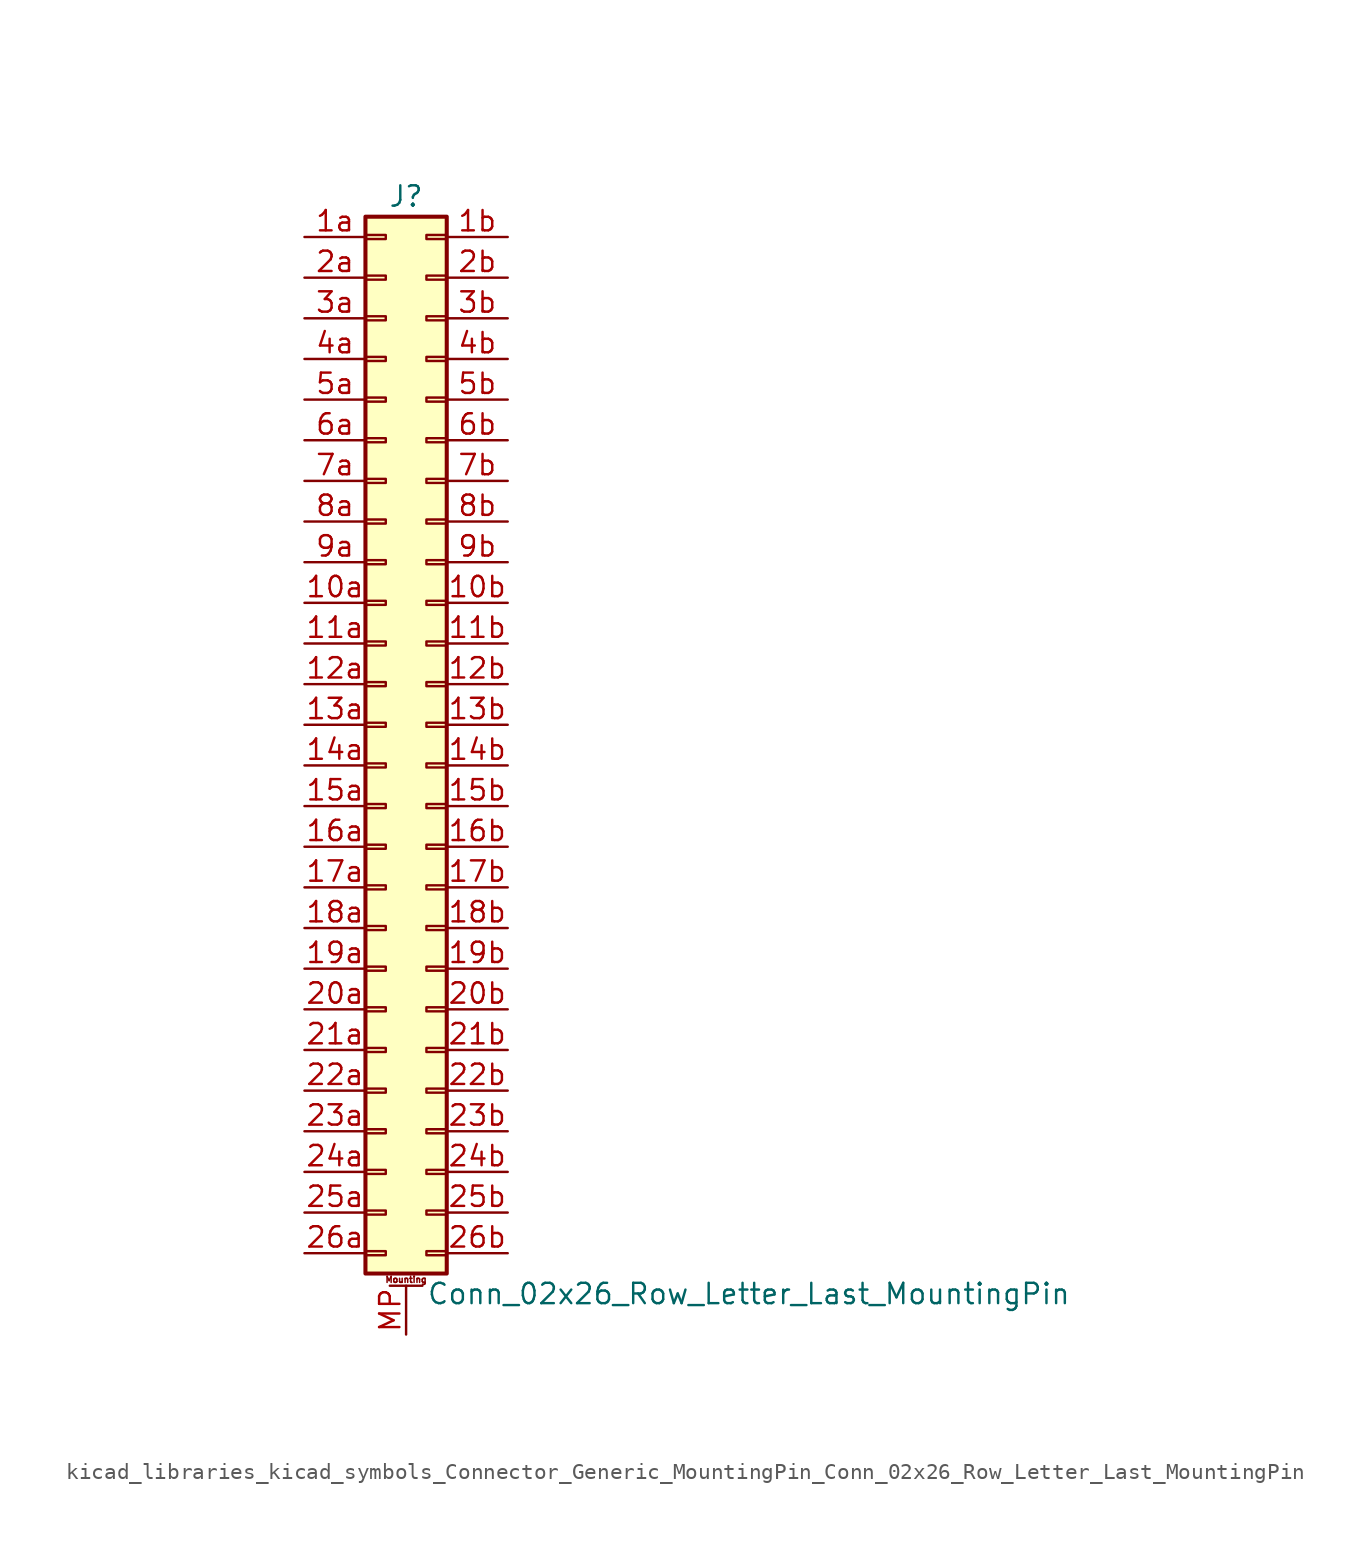
<source format=kicad_sym>
(kicad_symbol_lib
  (version 20220914)
  (generator kicad_symbol_editor)
  (symbol "kicad_libraries_kicad_symbols_Connector_Generic_MountingPin_Conn_02x26_Row_Letter_Last_MountingPin"
    (pin_names
      (offset 1.016) hide)
    (property "Reference" "J"
      (at 1.27 33.02 0)
      (effects (font (size 1.27 1.27))))
    (property "Value" "Conn_02x26_Row_Letter_Last_MountingPin"
      (at 2.54 -35.56 0)
      (effects (font (size 1.27 1.27)) (justify left)))
    (symbol "kicad_libraries_kicad_symbols_Connector_Generic_MountingPin_Conn_02x26_Row_Letter_Last_MountingPin_1_1"
      (rectangle (start -1.27 -32.893) (end 0 -33.147) (stroke (width 0.152) (type default)) (fill (type none)))
      (rectangle (start -1.27 -30.353) (end 0 -30.607) (stroke (width 0.152) (type default)) (fill (type none)))
      (rectangle (start -1.27 -27.813) (end 0 -28.067) (stroke (width 0.152) (type default)) (fill (type none)))
      (rectangle (start -1.27 -25.273) (end 0 -25.527) (stroke (width 0.152) (type default)) (fill (type none)))
      (rectangle (start -1.27 -22.733) (end 0 -22.987) (stroke (width 0.152) (type default)) (fill (type none)))
      (rectangle (start -1.27 -20.193) (end 0 -20.447) (stroke (width 0.152) (type default)) (fill (type none)))
      (rectangle (start -1.27 -17.653) (end 0 -17.907) (stroke (width 0.152) (type default)) (fill (type none)))
      (rectangle (start -1.27 -15.113) (end 0 -15.367) (stroke (width 0.152) (type default)) (fill (type none)))
      (rectangle (start -1.27 -12.573) (end 0 -12.827) (stroke (width 0.152) (type default)) (fill (type none)))
      (rectangle (start -1.27 -10.033) (end 0 -10.287) (stroke (width 0.152) (type default)) (fill (type none)))
      (rectangle (start -1.27 -7.493) (end 0 -7.747) (stroke (width 0.152) (type default)) (fill (type none)))
      (rectangle (start -1.27 -4.953) (end 0 -5.207) (stroke (width 0.152) (type default)) (fill (type none)))
      (rectangle (start -1.27 -2.413) (end 0 -2.667) (stroke (width 0.152) (type default)) (fill (type none)))
      (rectangle (start -1.27 0.127) (end 0 -0.127) (stroke (width 0.152) (type default)) (fill (type none)))
      (rectangle (start -1.27 2.667) (end 0 2.413) (stroke (width 0.152) (type default)) (fill (type none)))
      (rectangle (start -1.27 5.207) (end 0 4.953) (stroke (width 0.152) (type default)) (fill (type none)))
      (rectangle (start -1.27 7.747) (end 0 7.493) (stroke (width 0.152) (type default)) (fill (type none)))
      (rectangle (start -1.27 10.287) (end 0 10.033) (stroke (width 0.152) (type default)) (fill (type none)))
      (rectangle (start -1.27 12.827) (end 0 12.573) (stroke (width 0.152) (type default)) (fill (type none)))
      (rectangle (start -1.27 15.367) (end 0 15.113) (stroke (width 0.152) (type default)) (fill (type none)))
      (rectangle (start -1.27 17.907) (end 0 17.653) (stroke (width 0.152) (type default)) (fill (type none)))
      (rectangle (start -1.27 20.447) (end 0 20.193) (stroke (width 0.152) (type default)) (fill (type none)))
      (rectangle (start -1.27 22.987) (end 0 22.733) (stroke (width 0.152) (type default)) (fill (type none)))
      (rectangle (start -1.27 25.527) (end 0 25.273) (stroke (width 0.152) (type default)) (fill (type none)))
      (rectangle (start -1.27 28.067) (end 0 27.813) (stroke (width 0.152) (type default)) (fill (type none)))
      (rectangle (start -1.27 30.607) (end 0 30.353) (stroke (width 0.152) (type default)) (fill (type none)))
      (rectangle (start -1.27 31.75) (end 3.81 -34.29) (stroke (width 0.254) (type default)) (fill (type background)))
      (polyline (pts (xy 0.254 -35.052) (xy 2.286 -35.052)) (stroke (width 0.152) (type default)) (fill (type none)))
      (rectangle (start 3.81 -32.893) (end 2.54 -33.147) (stroke (width 0.152) (type default)) (fill (type none)))
      (rectangle (start 3.81 -30.353) (end 2.54 -30.607) (stroke (width 0.152) (type default)) (fill (type none)))
      (rectangle (start 3.81 -27.813) (end 2.54 -28.067) (stroke (width 0.152) (type default)) (fill (type none)))
      (rectangle (start 3.81 -25.273) (end 2.54 -25.527) (stroke (width 0.152) (type default)) (fill (type none)))
      (rectangle (start 3.81 -22.733) (end 2.54 -22.987) (stroke (width 0.152) (type default)) (fill (type none)))
      (rectangle (start 3.81 -20.193) (end 2.54 -20.447) (stroke (width 0.152) (type default)) (fill (type none)))
      (rectangle (start 3.81 -17.653) (end 2.54 -17.907) (stroke (width 0.152) (type default)) (fill (type none)))
      (rectangle (start 3.81 -15.113) (end 2.54 -15.367) (stroke (width 0.152) (type default)) (fill (type none)))
      (rectangle (start 3.81 -12.573) (end 2.54 -12.827) (stroke (width 0.152) (type default)) (fill (type none)))
      (rectangle (start 3.81 -10.033) (end 2.54 -10.287) (stroke (width 0.152) (type default)) (fill (type none)))
      (rectangle (start 3.81 -7.493) (end 2.54 -7.747) (stroke (width 0.152) (type default)) (fill (type none)))
      (rectangle (start 3.81 -4.953) (end 2.54 -5.207) (stroke (width 0.152) (type default)) (fill (type none)))
      (rectangle (start 3.81 -2.413) (end 2.54 -2.667) (stroke (width 0.152) (type default)) (fill (type none)))
      (rectangle (start 3.81 0.127) (end 2.54 -0.127) (stroke (width 0.152) (type default)) (fill (type none)))
      (rectangle (start 3.81 2.667) (end 2.54 2.413) (stroke (width 0.152) (type default)) (fill (type none)))
      (rectangle (start 3.81 5.207) (end 2.54 4.953) (stroke (width 0.152) (type default)) (fill (type none)))
      (rectangle (start 3.81 7.747) (end 2.54 7.493) (stroke (width 0.152) (type default)) (fill (type none)))
      (rectangle (start 3.81 10.287) (end 2.54 10.033) (stroke (width 0.152) (type default)) (fill (type none)))
      (rectangle (start 3.81 12.827) (end 2.54 12.573) (stroke (width 0.152) (type default)) (fill (type none)))
      (rectangle (start 3.81 15.367) (end 2.54 15.113) (stroke (width 0.152) (type default)) (fill (type none)))
      (rectangle (start 3.81 17.907) (end 2.54 17.653) (stroke (width 0.152) (type default)) (fill (type none)))
      (rectangle (start 3.81 20.447) (end 2.54 20.193) (stroke (width 0.152) (type default)) (fill (type none)))
      (rectangle (start 3.81 22.987) (end 2.54 22.733) (stroke (width 0.152) (type default)) (fill (type none)))
      (rectangle (start 3.81 25.527) (end 2.54 25.273) (stroke (width 0.152) (type default)) (fill (type none)))
      (rectangle (start 3.81 28.067) (end 2.54 27.813) (stroke (width 0.152) (type default)) (fill (type none)))
      (rectangle (start 3.81 30.607) (end 2.54 30.353) (stroke (width 0.152) (type default)) (fill (type none)))
      (text "Mounting" (at 1.27 -34.671 0) (effects (font (size 0.381 0.381))))
      (pin passive line (at -5.08 7.62 0) (length 3.81) (name "Pin_10a" (effects (font (size 1.27 1.27)))) (number "10a" (effects (font (size 1.27 1.27)))))
      (pin passive line (at 7.62 7.62 180) (length 3.81) (name "Pin_10b" (effects (font (size 1.27 1.27)))) (number "10b" (effects (font (size 1.27 1.27)))))
      (pin passive line (at -5.08 5.08 0) (length 3.81) (name "Pin_11a" (effects (font (size 1.27 1.27)))) (number "11a" (effects (font (size 1.27 1.27)))))
      (pin passive line (at 7.62 5.08 180) (length 3.81) (name "Pin_11b" (effects (font (size 1.27 1.27)))) (number "11b" (effects (font (size 1.27 1.27)))))
      (pin passive line (at -5.08 2.54 0) (length 3.81) (name "Pin_12a" (effects (font (size 1.27 1.27)))) (number "12a" (effects (font (size 1.27 1.27)))))
      (pin passive line (at 7.62 2.54 180) (length 3.81) (name "Pin_12b" (effects (font (size 1.27 1.27)))) (number "12b" (effects (font (size 1.27 1.27)))))
      (pin passive line (at -5.08 0 0) (length 3.81) (name "Pin_13a" (effects (font (size 1.27 1.27)))) (number "13a" (effects (font (size 1.27 1.27)))))
      (pin passive line (at 7.62 0 180) (length 3.81) (name "Pin_13b" (effects (font (size 1.27 1.27)))) (number "13b" (effects (font (size 1.27 1.27)))))
      (pin passive line (at -5.08 -2.54 0) (length 3.81) (name "Pin_14a" (effects (font (size 1.27 1.27)))) (number "14a" (effects (font (size 1.27 1.27)))))
      (pin passive line (at 7.62 -2.54 180) (length 3.81) (name "Pin_14b" (effects (font (size 1.27 1.27)))) (number "14b" (effects (font (size 1.27 1.27)))))
      (pin passive line (at -5.08 -5.08 0) (length 3.81) (name "Pin_15a" (effects (font (size 1.27 1.27)))) (number "15a" (effects (font (size 1.27 1.27)))))
      (pin passive line (at 7.62 -5.08 180) (length 3.81) (name "Pin_15b" (effects (font (size 1.27 1.27)))) (number "15b" (effects (font (size 1.27 1.27)))))
      (pin passive line (at -5.08 -7.62 0) (length 3.81) (name "Pin_16a" (effects (font (size 1.27 1.27)))) (number "16a" (effects (font (size 1.27 1.27)))))
      (pin passive line (at 7.62 -7.62 180) (length 3.81) (name "Pin_16b" (effects (font (size 1.27 1.27)))) (number "16b" (effects (font (size 1.27 1.27)))))
      (pin passive line (at -5.08 -10.16 0) (length 3.81) (name "Pin_17a" (effects (font (size 1.27 1.27)))) (number "17a" (effects (font (size 1.27 1.27)))))
      (pin passive line (at 7.62 -10.16 180) (length 3.81) (name "Pin_17b" (effects (font (size 1.27 1.27)))) (number "17b" (effects (font (size 1.27 1.27)))))
      (pin passive line (at -5.08 -12.7 0) (length 3.81) (name "Pin_18a" (effects (font (size 1.27 1.27)))) (number "18a" (effects (font (size 1.27 1.27)))))
      (pin passive line (at 7.62 -12.7 180) (length 3.81) (name "Pin_18b" (effects (font (size 1.27 1.27)))) (number "18b" (effects (font (size 1.27 1.27)))))
      (pin passive line (at -5.08 -15.24 0) (length 3.81) (name "Pin_19a" (effects (font (size 1.27 1.27)))) (number "19a" (effects (font (size 1.27 1.27)))))
      (pin passive line (at 7.62 -15.24 180) (length 3.81) (name "Pin_19b" (effects (font (size 1.27 1.27)))) (number "19b" (effects (font (size 1.27 1.27)))))
      (pin passive line (at -5.08 30.48 0) (length 3.81) (name "Pin_1a" (effects (font (size 1.27 1.27)))) (number "1a" (effects (font (size 1.27 1.27)))))
      (pin passive line (at 7.62 30.48 180) (length 3.81) (name "Pin_1b" (effects (font (size 1.27 1.27)))) (number "1b" (effects (font (size 1.27 1.27)))))
      (pin passive line (at -5.08 -17.78 0) (length 3.81) (name "Pin_20a" (effects (font (size 1.27 1.27)))) (number "20a" (effects (font (size 1.27 1.27)))))
      (pin passive line (at 7.62 -17.78 180) (length 3.81) (name "Pin_20b" (effects (font (size 1.27 1.27)))) (number "20b" (effects (font (size 1.27 1.27)))))
      (pin passive line (at -5.08 -20.32 0) (length 3.81) (name "Pin_21a" (effects (font (size 1.27 1.27)))) (number "21a" (effects (font (size 1.27 1.27)))))
      (pin passive line (at 7.62 -20.32 180) (length 3.81) (name "Pin_21b" (effects (font (size 1.27 1.27)))) (number "21b" (effects (font (size 1.27 1.27)))))
      (pin passive line (at -5.08 -22.86 0) (length 3.81) (name "Pin_22a" (effects (font (size 1.27 1.27)))) (number "22a" (effects (font (size 1.27 1.27)))))
      (pin passive line (at 7.62 -22.86 180) (length 3.81) (name "Pin_22b" (effects (font (size 1.27 1.27)))) (number "22b" (effects (font (size 1.27 1.27)))))
      (pin passive line (at -5.08 -25.4 0) (length 3.81) (name "Pin_23a" (effects (font (size 1.27 1.27)))) (number "23a" (effects (font (size 1.27 1.27)))))
      (pin passive line (at 7.62 -25.4 180) (length 3.81) (name "Pin_23b" (effects (font (size 1.27 1.27)))) (number "23b" (effects (font (size 1.27 1.27)))))
      (pin passive line (at -5.08 -27.94 0) (length 3.81) (name "Pin_24a" (effects (font (size 1.27 1.27)))) (number "24a" (effects (font (size 1.27 1.27)))))
      (pin passive line (at 7.62 -27.94 180) (length 3.81) (name "Pin_24b" (effects (font (size 1.27 1.27)))) (number "24b" (effects (font (size 1.27 1.27)))))
      (pin passive line (at -5.08 -30.48 0) (length 3.81) (name "Pin_25a" (effects (font (size 1.27 1.27)))) (number "25a" (effects (font (size 1.27 1.27)))))
      (pin passive line (at 7.62 -30.48 180) (length 3.81) (name "Pin_25b" (effects (font (size 1.27 1.27)))) (number "25b" (effects (font (size 1.27 1.27)))))
      (pin passive line (at -5.08 -33.02 0) (length 3.81) (name "Pin_26a" (effects (font (size 1.27 1.27)))) (number "26a" (effects (font (size 1.27 1.27)))))
      (pin passive line (at 7.62 -33.02 180) (length 3.81) (name "Pin_26b" (effects (font (size 1.27 1.27)))) (number "26b" (effects (font (size 1.27 1.27)))))
      (pin passive line (at -5.08 27.94 0) (length 3.81) (name "Pin_2a" (effects (font (size 1.27 1.27)))) (number "2a" (effects (font (size 1.27 1.27)))))
      (pin passive line (at 7.62 27.94 180) (length 3.81) (name "Pin_2b" (effects (font (size 1.27 1.27)))) (number "2b" (effects (font (size 1.27 1.27)))))
      (pin passive line (at -5.08 25.4 0) (length 3.81) (name "Pin_3a" (effects (font (size 1.27 1.27)))) (number "3a" (effects (font (size 1.27 1.27)))))
      (pin passive line (at 7.62 25.4 180) (length 3.81) (name "Pin_3b" (effects (font (size 1.27 1.27)))) (number "3b" (effects (font (size 1.27 1.27)))))
      (pin passive line (at -5.08 22.86 0) (length 3.81) (name "Pin_4a" (effects (font (size 1.27 1.27)))) (number "4a" (effects (font (size 1.27 1.27)))))
      (pin passive line (at 7.62 22.86 180) (length 3.81) (name "Pin_4b" (effects (font (size 1.27 1.27)))) (number "4b" (effects (font (size 1.27 1.27)))))
      (pin passive line (at -5.08 20.32 0) (length 3.81) (name "Pin_5a" (effects (font (size 1.27 1.27)))) (number "5a" (effects (font (size 1.27 1.27)))))
      (pin passive line (at 7.62 20.32 180) (length 3.81) (name "Pin_5b" (effects (font (size 1.27 1.27)))) (number "5b" (effects (font (size 1.27 1.27)))))
      (pin passive line (at -5.08 17.78 0) (length 3.81) (name "Pin_6a" (effects (font (size 1.27 1.27)))) (number "6a" (effects (font (size 1.27 1.27)))))
      (pin passive line (at 7.62 17.78 180) (length 3.81) (name "Pin_6b" (effects (font (size 1.27 1.27)))) (number "6b" (effects (font (size 1.27 1.27)))))
      (pin passive line (at -5.08 15.24 0) (length 3.81) (name "Pin_7a" (effects (font (size 1.27 1.27)))) (number "7a" (effects (font (size 1.27 1.27)))))
      (pin passive line (at 7.62 15.24 180) (length 3.81) (name "Pin_7b" (effects (font (size 1.27 1.27)))) (number "7b" (effects (font (size 1.27 1.27)))))
      (pin passive line (at -5.08 12.7 0) (length 3.81) (name "Pin_8a" (effects (font (size 1.27 1.27)))) (number "8a" (effects (font (size 1.27 1.27)))))
      (pin passive line (at 7.62 12.7 180) (length 3.81) (name "Pin_8b" (effects (font (size 1.27 1.27)))) (number "8b" (effects (font (size 1.27 1.27)))))
      (pin passive line (at -5.08 10.16 0) (length 3.81) (name "Pin_9a" (effects (font (size 1.27 1.27)))) (number "9a" (effects (font (size 1.27 1.27)))))
      (pin passive line (at 7.62 10.16 180) (length 3.81) (name "Pin_9b" (effects (font (size 1.27 1.27)))) (number "9b" (effects (font (size 1.27 1.27)))))
      (pin passive line (at 1.27 -38.1 90) (length 3.048) (name "MountPin" (effects (font (size 1.27 1.27)))) (number "MP" (effects (font (size 1.27 1.27))))))))
</source>
